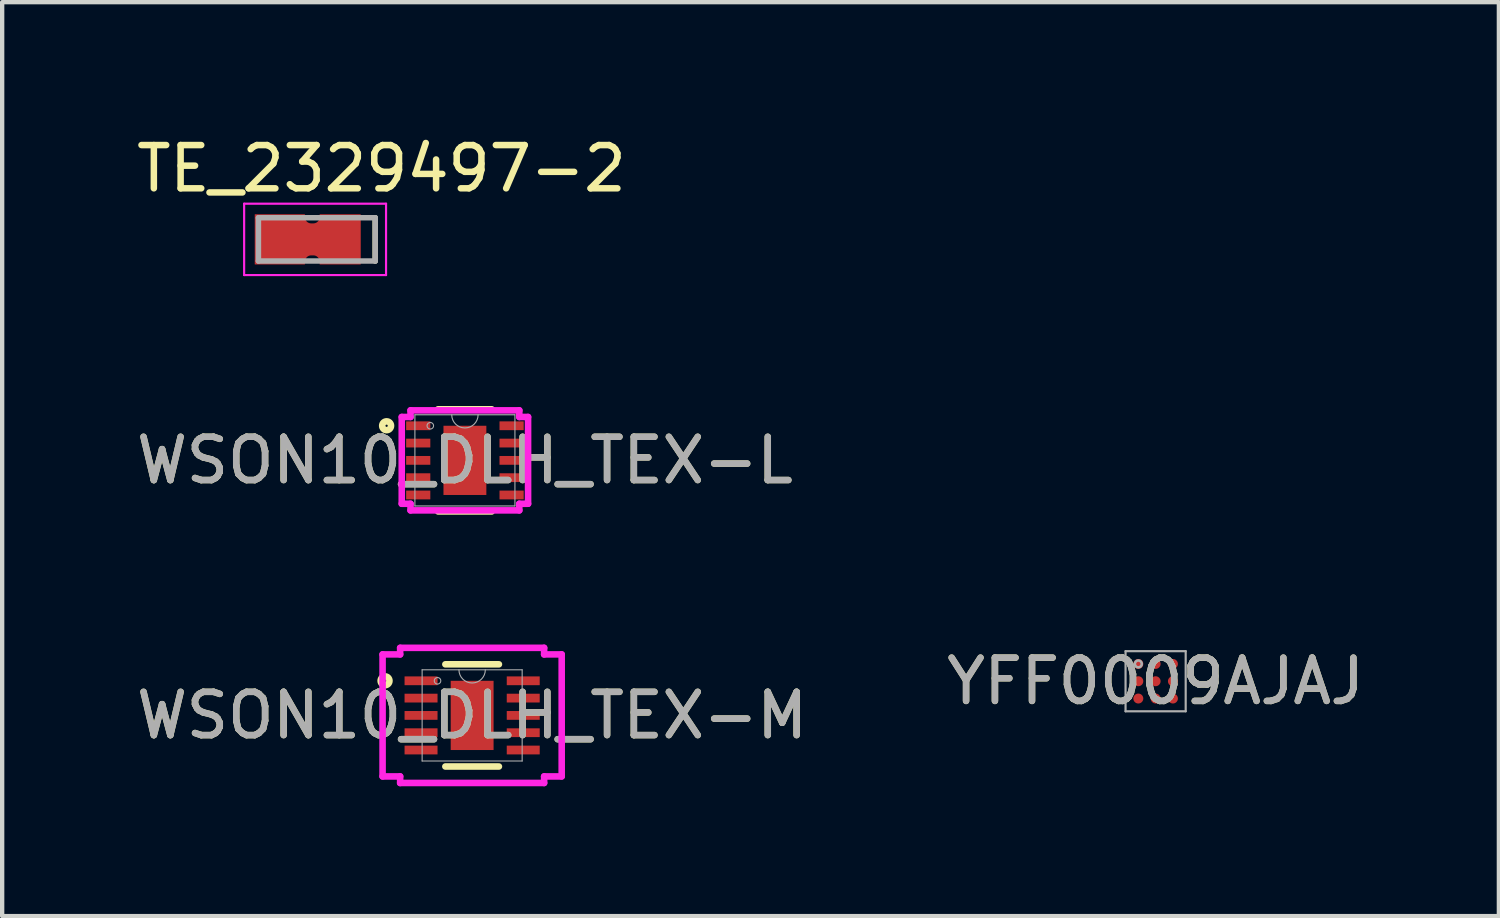
<source format=kicad_pcb>
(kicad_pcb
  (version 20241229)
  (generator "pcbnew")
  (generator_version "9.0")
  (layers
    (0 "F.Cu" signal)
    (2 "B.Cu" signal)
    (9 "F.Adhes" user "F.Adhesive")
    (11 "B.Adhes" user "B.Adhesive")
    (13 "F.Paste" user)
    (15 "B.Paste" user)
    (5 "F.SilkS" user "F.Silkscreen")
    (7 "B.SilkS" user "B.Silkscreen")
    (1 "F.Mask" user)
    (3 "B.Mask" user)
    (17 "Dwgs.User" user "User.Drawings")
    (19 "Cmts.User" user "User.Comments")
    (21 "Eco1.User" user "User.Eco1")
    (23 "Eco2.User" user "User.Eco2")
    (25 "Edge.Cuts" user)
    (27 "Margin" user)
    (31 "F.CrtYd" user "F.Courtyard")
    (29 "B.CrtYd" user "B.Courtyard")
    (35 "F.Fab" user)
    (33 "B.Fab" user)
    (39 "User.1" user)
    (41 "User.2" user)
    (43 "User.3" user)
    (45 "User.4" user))
  (footprint "YFF0009AJAJ"
    (layer "F.Cu")
    (at 23.661 12.696)
    (property "Reference" "YFF0009AJAJ" (at 0 0 0) (unlocked yes) (layer "F.SilkS") (effects (font (size 1 1) (thickness 0.15))))
    (attr smd)
    (fp_poly (pts (xy -0.525 -0.325) (xy -0.525 -0.475) (xy -0.475 -0.525) (xy -0.325 -0.525) (xy -0.275 -0.475) (xy -0.275 -0.325) (xy -0.325 -0.275) (xy -0.475 -0.275)) (stroke (width 0) (type solid)) (fill yes) (layer "F.Paste"))
    (fp_poly (pts (xy -0.525 0.075) (xy -0.525 -0.075) (xy -0.475 -0.125) (xy -0.325 -0.125) (xy -0.275 -0.075) (xy -0.275 0.075) (xy -0.325 0.125) (xy -0.475 0.125)) (stroke (width 0) (type solid)) (fill yes) (layer "F.Paste"))
    (fp_poly (pts (xy -0.525 0.475) (xy -0.525 0.325) (xy -0.475 0.275) (xy -0.325 0.275) (xy -0.275 0.325) (xy -0.275 0.475) (xy -0.325 0.525) (xy -0.475 0.525)) (stroke (width 0) (type solid)) (fill yes) (layer "F.Paste"))
    (fp_poly (pts (xy -0.125 -0.325) (xy -0.125 -0.475) (xy -0.075 -0.525) (xy 0.075 -0.525) (xy 0.125 -0.475) (xy 0.125 -0.325) (xy 0.075 -0.275) (xy -0.075 -0.275)) (stroke (width 0) (type solid)) (fill yes) (layer "F.Paste"))
    (fp_poly (pts (xy -0.125 0.075) (xy -0.125 -0.075) (xy -0.075 -0.125) (xy 0.075 -0.125) (xy 0.125 -0.075) (xy 0.125 0.075) (xy 0.075 0.125) (xy -0.075 0.125)) (stroke (width 0) (type solid)) (fill yes) (layer "F.Paste"))
    (fp_poly (pts (xy -0.125 0.475) (xy -0.125 0.325) (xy -0.075 0.275) (xy 0.075 0.275) (xy 0.125 0.325) (xy 0.125 0.475) (xy 0.075 0.525) (xy -0.075 0.525)) (stroke (width 0) (type solid)) (fill yes) (layer "F.Paste"))
    (fp_poly (pts (xy 0.275 -0.325) (xy 0.275 -0.475) (xy 0.325 -0.525) (xy 0.475 -0.525) (xy 0.525 -0.475) (xy 0.525 -0.325) (xy 0.475 -0.275) (xy 0.325 -0.275)) (stroke (width 0) (type solid)) (fill yes) (layer "F.Paste"))
    (fp_poly (pts (xy 0.275 0.075) (xy 0.275 -0.075) (xy 0.325 -0.125) (xy 0.475 -0.125) (xy 0.525 -0.075) (xy 0.525 0.075) (xy 0.475 0.125) (xy 0.325 0.125)) (stroke (width 0) (type solid)) (fill yes) (layer "F.Paste"))
    (fp_poly (pts (xy 0.275 0.475) (xy 0.275 0.325) (xy 0.325 0.275) (xy 0.475 0.275) (xy 0.525 0.325) (xy 0.525 0.475) (xy 0.475 0.525) (xy 0.325 0.525)) (stroke (width 0) (type solid)) (fill yes) (layer "F.Paste"))
    (fp_line (start -0.695 -0.695) (end 0.695 -0.695) (stroke (width 0.05) (type solid)) (layer "F.Fab"))
    (fp_line (start -0.695 0.695) (end -0.695 -0.695) (stroke (width 0.05) (type solid)) (layer "F.Fab"))
    (fp_line (start -0.695 0.695) (end 0.695 0.695) (stroke (width 0.05) (type solid)) (layer "F.Fab"))
    (fp_line (start 0.695 0.695) (end 0.695 -0.695) (stroke (width 0.05) (type solid)) (layer "F.Fab"))
    (fp_circle (center -0.4 -0.4) (end -0.32 -0.4) (stroke (width 0.06) (type solid)) (fill no) (layer "F.Fab"))
    (fp_text user "${REFERENCE}" (at 0 0 0) (unlocked yes) (layer "F.Fab") (effects (font (size 1 1) (thickness 0.15))))
    (pad "1" smd circle (at -0.4 -0.4 90) (size 0.23 0.23) (layers "F.Cu" "F.Mask"))
    (pad "2" smd circle (at 0 -0.4 90) (size 0.23 0.23) (layers "F.Cu" "F.Mask"))
    (pad "3" smd circle (at 0.4 -0.4 90) (size 0.23 0.23) (layers "F.Cu" "F.Mask"))
    (pad "4" smd circle (at -0.4 0 90) (size 0.23 0.23) (layers "F.Cu" "F.Mask"))
    (pad "5" smd circle (at 0 0 90) (size 0.23 0.23) (layers "F.Cu" "F.Mask"))
    (pad "6" smd circle (at 0.4 0 90) (size 0.23 0.23) (layers "F.Cu" "F.Mask"))
    (pad "7" smd circle (at -0.4 0.4 90) (size 0.23 0.23) (layers "F.Cu" "F.Mask"))
    (pad "8" smd circle (at 0 0.4 90) (size 0.23 0.23) (layers "F.Cu" "F.Mask"))
    (pad "9" smd circle (at 0.4 0.4 90) (size 0.23 0.23) (layers "F.Cu" "F.Mask")))
  (footprint "WSON10_DLH_TEX-M"
    (layer "F.Cu")
    (at 7.863 13.486)
    (property "Reference" "WSON10_DLH_TEX-M" (at 0 0 0) (unlocked yes) (layer "F.SilkS") (effects (font (size 1 1) (thickness 0.15))))
    (attr smd)
    (fp_line (start -0.619 1.181) (end 0.619 1.181) (stroke (width 0.152) (type solid)) (layer "F.SilkS"))
    (fp_line (start 0.619 -1.181) (end -0.619 -1.181) (stroke (width 0.152) (type solid)) (layer "F.SilkS"))
    (fp_circle (center -2.013 -0.8) (end -1.911 -0.8) (stroke (width 0.152) (type solid)) (fill no) (layer "F.SilkS"))
    (fp_line (start -2.07 -1.41) (end -1.664 -1.41) (stroke (width 0.152) (type solid)) (layer "F.CrtYd"))
    (fp_line (start -2.07 1.41) (end -2.07 -1.41) (stroke (width 0.152) (type solid)) (layer "F.CrtYd"))
    (fp_line (start -2.07 1.41) (end -1.664 1.41) (stroke (width 0.152) (type solid)) (layer "F.CrtYd"))
    (fp_line (start -1.664 -1.562) (end 1.664 -1.562) (stroke (width 0.152) (type solid)) (layer "F.CrtYd"))
    (fp_line (start -1.664 -1.41) (end -1.664 -1.562) (stroke (width 0.152) (type solid)) (layer "F.CrtYd"))
    (fp_line (start -1.664 1.562) (end -1.664 1.41) (stroke (width 0.152) (type solid)) (layer "F.CrtYd"))
    (fp_line (start 1.664 -1.562) (end 1.664 -1.41) (stroke (width 0.152) (type solid)) (layer "F.CrtYd"))
    (fp_line (start 1.664 1.41) (end 1.664 1.562) (stroke (width 0.152) (type solid)) (layer "F.CrtYd"))
    (fp_line (start 1.664 1.562) (end -1.664 1.562) (stroke (width 0.152) (type solid)) (layer "F.CrtYd"))
    (fp_line (start 2.07 -1.41) (end 1.664 -1.41) (stroke (width 0.152) (type solid)) (layer "F.CrtYd"))
    (fp_line (start 2.07 -1.41) (end 2.07 1.41) (stroke (width 0.152) (type solid)) (layer "F.CrtYd"))
    (fp_line (start 2.07 1.41) (end 1.664 1.41) (stroke (width 0.152) (type solid)) (layer "F.CrtYd"))
    (fp_line (start -1.156 -1.054) (end -1.156 1.054) (stroke (width 0.025) (type solid)) (layer "F.Fab"))
    (fp_line (start -1.156 1.054) (end 1.156 1.054) (stroke (width 0.025) (type solid)) (layer "F.Fab"))
    (fp_line (start 1.156 -1.054) (end -1.156 -1.054) (stroke (width 0.025) (type solid)) (layer "F.Fab"))
    (fp_line (start 1.156 1.054) (end 1.156 -1.054) (stroke (width 0.025) (type solid)) (layer "F.Fab"))
    (fp_arc (start 0.3048 -1.0541) (mid 0 -0.7493) (end -0.3048 -1.0541) (stroke (width 0.0254) (type solid)) (layer "F.Fab"))
    (fp_circle (center -0.8 -0.8) (end -0.724 -0.8) (stroke (width 0.025) (type solid)) (fill no) (layer "F.Fab"))
    (fp_text user "${REFERENCE}" (at 0 0 0) (unlocked yes) (layer "F.Fab") (effects (font (size 1 1) (thickness 0.15))))
    (pad "1" smd rect (at -1.181 -0.8) (size 0.762 0.203) (layers "F.Cu" "F.Mask" "F.Paste"))
    (pad "2" smd rect (at -1.181 -0.4) (size 0.762 0.203) (layers "F.Cu" "F.Mask" "F.Paste"))
    (pad "3" smd rect (at -1.181 0) (size 0.762 0.203) (layers "F.Cu" "F.Mask" "F.Paste"))
    (pad "4" smd rect (at -1.181 0.4) (size 0.762 0.203) (layers "F.Cu" "F.Mask" "F.Paste"))
    (pad "5" smd rect (at -1.181 0.8) (size 0.762 0.203) (layers "F.Cu" "F.Mask" "F.Paste"))
    (pad "6" smd rect (at 1.181 0.8) (size 0.762 0.203) (layers "F.Cu" "F.Mask" "F.Paste"))
    (pad "7" smd rect (at 1.181 0.4) (size 0.762 0.203) (layers "F.Cu" "F.Mask" "F.Paste"))
    (pad "8" smd rect (at 1.181 0) (size 0.762 0.203) (layers "F.Cu" "F.Mask" "F.Paste"))
    (pad "9" smd rect (at 1.181 -0.4) (size 0.762 0.203) (layers "F.Cu" "F.Mask" "F.Paste"))
    (pad "10" smd rect (at 1.181 -0.8) (size 0.762 0.203) (layers "F.Cu" "F.Mask" "F.Paste"))
    (pad "11" smd rect (at 0 0) (size 0.991 1.6) (layers "F.Cu" "F.Mask" "F.Paste")))
  (footprint "WSON10_DLH_TEX-L"
    (layer "F.Cu")
    (at 7.696 7.591)
    (property "Reference" "WSON10_DLH_TEX-L" (at 0 0 0) (unlocked yes) (layer "F.SilkS") (effects (font (size 1 1) (thickness 0.15))))
    (attr smd)
    (fp_line (start -0.619 1.181) (end 0.619 1.181) (stroke (width 0.152) (type solid)) (layer "F.SilkS"))
    (fp_line (start 0.619 -1.181) (end -0.619 -1.181) (stroke (width 0.152) (type solid)) (layer "F.SilkS"))
    (fp_circle (center -1.81 -0.8) (end -1.708 -0.8) (stroke (width 0.152) (type solid)) (fill no) (layer "F.SilkS"))
    (fp_line (start -1.46 -1.003) (end -1.257 -1.003) (stroke (width 0.152) (type solid)) (layer "F.CrtYd"))
    (fp_line (start -1.46 1.003) (end -1.46 -1.003) (stroke (width 0.152) (type solid)) (layer "F.CrtYd"))
    (fp_line (start -1.46 1.003) (end -1.257 1.003) (stroke (width 0.152) (type solid)) (layer "F.CrtYd"))
    (fp_line (start -1.257 -1.156) (end 1.257 -1.156) (stroke (width 0.152) (type solid)) (layer "F.CrtYd"))
    (fp_line (start -1.257 -1.003) (end -1.257 -1.156) (stroke (width 0.152) (type solid)) (layer "F.CrtYd"))
    (fp_line (start -1.257 1.156) (end -1.257 1.003) (stroke (width 0.152) (type solid)) (layer "F.CrtYd"))
    (fp_line (start 1.257 -1.156) (end 1.257 -1.003) (stroke (width 0.152) (type solid)) (layer "F.CrtYd"))
    (fp_line (start 1.257 1.003) (end 1.257 1.156) (stroke (width 0.152) (type solid)) (layer "F.CrtYd"))
    (fp_line (start 1.257 1.156) (end -1.257 1.156) (stroke (width 0.152) (type solid)) (layer "F.CrtYd"))
    (fp_line (start 1.46 -1.003) (end 1.257 -1.003) (stroke (width 0.152) (type solid)) (layer "F.CrtYd"))
    (fp_line (start 1.46 -1.003) (end 1.46 1.003) (stroke (width 0.152) (type solid)) (layer "F.CrtYd"))
    (fp_line (start 1.46 1.003) (end 1.257 1.003) (stroke (width 0.152) (type solid)) (layer "F.CrtYd"))
    (fp_line (start -1.156 -1.054) (end -1.156 1.054) (stroke (width 0.025) (type solid)) (layer "F.Fab"))
    (fp_line (start -1.156 1.054) (end 1.156 1.054) (stroke (width 0.025) (type solid)) (layer "F.Fab"))
    (fp_line (start 1.156 -1.054) (end -1.156 -1.054) (stroke (width 0.025) (type solid)) (layer "F.Fab"))
    (fp_line (start 1.156 1.054) (end 1.156 -1.054) (stroke (width 0.025) (type solid)) (layer "F.Fab"))
    (fp_arc (start 0.3048 -1.0541) (mid 0 -0.7493) (end -0.3048 -1.0541) (stroke (width 0.0254) (type solid)) (layer "F.Fab"))
    (fp_circle (center -0.8 -0.8) (end -0.724 -0.8) (stroke (width 0.025) (type solid)) (fill no) (layer "F.Fab"))
    (fp_text user "${REFERENCE}" (at 0 0 0) (unlocked yes) (layer "F.Fab") (effects (font (size 1 1) (thickness 0.15))))
    (pad "1" smd rect (at -1.079 -0.8) (size 0.559 0.203) (layers "F.Cu" "F.Mask" "F.Paste"))
    (pad "2" smd rect (at -1.079 -0.4) (size 0.559 0.203) (layers "F.Cu" "F.Mask" "F.Paste"))
    (pad "3" smd rect (at -1.079 0) (size 0.559 0.203) (layers "F.Cu" "F.Mask" "F.Paste"))
    (pad "4" smd rect (at -1.079 0.4) (size 0.559 0.203) (layers "F.Cu" "F.Mask" "F.Paste"))
    (pad "5" smd rect (at -1.079 0.8) (size 0.559 0.203) (layers "F.Cu" "F.Mask" "F.Paste"))
    (pad "6" smd rect (at 1.079 0.8) (size 0.559 0.203) (layers "F.Cu" "F.Mask" "F.Paste"))
    (pad "7" smd rect (at 1.079 0.4) (size 0.559 0.203) (layers "F.Cu" "F.Mask" "F.Paste"))
    (pad "8" smd rect (at 1.079 0) (size 0.559 0.203) (layers "F.Cu" "F.Mask" "F.Paste"))
    (pad "9" smd rect (at 1.079 -0.4) (size 0.559 0.203) (layers "F.Cu" "F.Mask" "F.Paste"))
    (pad "10" smd rect (at 1.079 -0.8) (size 0.559 0.203) (layers "F.Cu" "F.Mask" "F.Paste"))
    (pad "11" smd rect (at 0 0) (size 0.991 1.6) (layers "F.Cu" "F.Mask" "F.Paste")))
  (footprint "TE_2329497-2"
    (layer "F.Cu")
    (at 4.273 2.483)
    (property "Reference" "TE_2329497-2" (at 1.495 -1.635 0) (layer "F.SilkS") (effects (font (size 1 1) (thickness 0.15))))
    (attr smd)
    (fp_poly (pts (xy -1.53 -0.675) (xy -1.53 0.675) (xy -0.18 0.675) (xy -0.18 0.515) (xy -0.18 0.512) (xy -0.18 0.51) (xy -0.179 0.507) (xy -0.179 0.505) (xy -0.178 0.502) (xy -0.178 0.5) (xy -0.177 0.497) (xy -0.176 0.495) (xy -0.175 0.492) (xy -0.173 0.49) (xy -0.172 0.488) (xy -0.17 0.486) (xy -0.169 0.484) (xy -0.167 0.482) (xy -0.165 0.48) (xy -0.163 0.478) (xy -0.161 0.476) (xy -0.159 0.475) (xy -0.157 0.473) (xy -0.155 0.472) (xy -0.153 0.47) (xy -0.15 0.469) (xy -0.148 0.468) (xy -0.145 0.467) (xy -0.143 0.467) (xy -0.14 0.466) (xy -0.138 0.466) (xy -0.135 0.465) (xy -0.133 0.465) (xy -0.13 0.465) (xy -0.08 0.465) (xy -0.077 0.465) (xy -0.075 0.465) (xy -0.072 0.466) (xy -0.07 0.466) (xy -0.067 0.467) (xy -0.065 0.467) (xy -0.062 0.468) (xy -0.06 0.469) (xy -0.057 0.47) (xy -0.055 0.472) (xy -0.053 0.473) (xy -0.051 0.475) (xy -0.049 0.476) (xy -0.047 0.478) (xy -0.045 0.48) (xy -0.043 0.482) (xy -0.041 0.484) (xy -0.04 0.486) (xy -0.038 0.488) (xy -0.037 0.49) (xy -0.035 0.492) (xy -0.034 0.495) (xy -0.033 0.497) (xy -0.032 0.5) (xy -0.032 0.502) (xy -0.031 0.505) (xy -0.031 0.507) (xy -0.03 0.51) (xy -0.03 0.512) (xy -0.03 0.515) (xy -0.03 0.675) (xy 1.11 0.675) (xy 1.11 -0.675) (xy -0.03 -0.675) (xy -0.03 -0.515) (xy -0.03 -0.512) (xy -0.03 -0.51) (xy -0.031 -0.507) (xy -0.031 -0.505) (xy -0.032 -0.502) (xy -0.032 -0.5) (xy -0.033 -0.497) (xy -0.034 -0.495) (xy -0.035 -0.492) (xy -0.037 -0.49) (xy -0.038 -0.488) (xy -0.04 -0.486) (xy -0.041 -0.484) (xy -0.043 -0.482) (xy -0.045 -0.48) (xy -0.047 -0.478) (xy -0.049 -0.476) (xy -0.051 -0.475) (xy -0.053 -0.473) (xy -0.055 -0.472) (xy -0.057 -0.47) (xy -0.06 -0.469) (xy -0.062 -0.468) (xy -0.065 -0.467) (xy -0.067 -0.467) (xy -0.07 -0.466) (xy -0.072 -0.466) (xy -0.075 -0.465) (xy -0.077 -0.465) (xy -0.08 -0.465) (xy -0.13 -0.465) (xy -0.133 -0.465) (xy -0.135 -0.465) (xy -0.138 -0.466) (xy -0.14 -0.466) (xy -0.143 -0.467) (xy -0.145 -0.467) (xy -0.148 -0.468) (xy -0.15 -0.469) (xy -0.153 -0.47) (xy -0.155 -0.472) (xy -0.157 -0.473) (xy -0.159 -0.475) (xy -0.161 -0.476) (xy -0.163 -0.478) (xy -0.165 -0.48) (xy -0.167 -0.482) (xy -0.169 -0.484) (xy -0.17 -0.486) (xy -0.172 -0.488) (xy -0.173 -0.49) (xy -0.175 -0.492) (xy -0.176 -0.495) (xy -0.177 -0.497) (xy -0.178 -0.5) (xy -0.178 -0.502) (xy -0.179 -0.505) (xy -0.179 -0.507) (xy -0.18 -0.51) (xy -0.18 -0.512) (xy -0.18 -0.515) (xy -0.18 -0.675) (xy -1.53 -0.675)) (stroke (width 0.01) (type solid)) (fill yes) (layer "F.Mask"))
    (fp_line (start 1.35 -0.5) (end 1.35 0.5) (stroke (width 0.127) (type solid)) (layer "F.SilkS"))
    (fp_poly (pts (xy -1.43 -0.575) (xy -1.43 0.575) (xy -0.28 0.575) (xy -0.28 0.515) (xy -0.28 0.507) (xy -0.279 0.499) (xy -0.278 0.492) (xy -0.277 0.484) (xy -0.275 0.476) (xy -0.273 0.469) (xy -0.27 0.461) (xy -0.267 0.454) (xy -0.264 0.447) (xy -0.26 0.44) (xy -0.256 0.433) (xy -0.251 0.427) (xy -0.247 0.421) (xy -0.241 0.415) (xy -0.236 0.409) (xy -0.23 0.404) (xy -0.224 0.398) (xy -0.218 0.394) (xy -0.212 0.389) (xy -0.205 0.385) (xy -0.198 0.381) (xy -0.191 0.378) (xy -0.184 0.375) (xy -0.176 0.372) (xy -0.169 0.37) (xy -0.161 0.368) (xy -0.153 0.367) (xy -0.146 0.366) (xy -0.138 0.365) (xy -0.13 0.365) (xy -0.08 0.365) (xy -0.072 0.365) (xy -0.064 0.366) (xy -0.057 0.367) (xy -0.049 0.368) (xy -0.041 0.37) (xy -0.034 0.372) (xy -0.026 0.375) (xy -0.019 0.378) (xy -0.012 0.381) (xy -0.005 0.385) (xy 0.002 0.389) (xy 0.008 0.394) (xy 0.014 0.398) (xy 0.02 0.404) (xy 0.026 0.409) (xy 0.031 0.415) (xy 0.037 0.421) (xy 0.041 0.427) (xy 0.046 0.433) (xy 0.05 0.44) (xy 0.054 0.447) (xy 0.057 0.454) (xy 0.06 0.461) (xy 0.063 0.469) (xy 0.065 0.476) (xy 0.067 0.484) (xy 0.068 0.492) (xy 0.069 0.499) (xy 0.07 0.507) (xy 0.07 0.515) (xy 0.07 0.575) (xy 1.01 0.575) (xy 1.01 -0.575) (xy 0.07 -0.575) (xy 0.07 -0.515) (xy 0.07 -0.507) (xy 0.069 -0.499) (xy 0.068 -0.492) (xy 0.067 -0.484) (xy 0.065 -0.476) (xy 0.063 -0.469) (xy 0.06 -0.461) (xy 0.057 -0.454) (xy 0.054 -0.447) (xy 0.05 -0.44) (xy 0.046 -0.433) (xy 0.041 -0.427) (xy 0.037 -0.421) (xy 0.031 -0.415) (xy 0.026 -0.409) (xy 0.02 -0.404) (xy 0.014 -0.398) (xy 0.008 -0.394) (xy 0.002 -0.389) (xy -0.005 -0.385) (xy -0.012 -0.381) (xy -0.019 -0.378) (xy -0.026 -0.375) (xy -0.034 -0.372) (xy -0.041 -0.37) (xy -0.049 -0.368) (xy -0.057 -0.367) (xy -0.064 -0.366) (xy -0.072 -0.365) (xy -0.08 -0.365) (xy -0.13 -0.365) (xy -0.138 -0.365) (xy -0.146 -0.366) (xy -0.153 -0.367) (xy -0.161 -0.368) (xy -0.169 -0.37) (xy -0.176 -0.372) (xy -0.184 -0.375) (xy -0.191 -0.378) (xy -0.198 -0.381) (xy -0.205 -0.385) (xy -0.212 -0.389) (xy -0.218 -0.394) (xy -0.224 -0.398) (xy -0.23 -0.404) (xy -0.236 -0.409) (xy -0.241 -0.415) (xy -0.247 -0.421) (xy -0.251 -0.427) (xy -0.256 -0.433) (xy -0.26 -0.44) (xy -0.264 -0.447) (xy -0.267 -0.454) (xy -0.27 -0.461) (xy -0.273 -0.469) (xy -0.275 -0.476) (xy -0.277 -0.484) (xy -0.278 -0.492) (xy -0.279 -0.499) (xy -0.28 -0.507) (xy -0.28 -0.515) (xy -0.28 -0.575) (xy -1.43 -0.575)) (stroke (width 0.01) (type solid)) (fill yes) (layer "F.Paste"))
    (fp_line (start -1.68 -0.825) (end -1.68 0.825) (stroke (width 0.05) (type solid)) (layer "F.CrtYd"))
    (fp_line (start -1.68 0.825) (end 1.6 0.825) (stroke (width 0.05) (type solid)) (layer "F.CrtYd"))
    (fp_line (start 1.6 -0.825) (end -1.68 -0.825) (stroke (width 0.05) (type solid)) (layer "F.CrtYd"))
    (fp_line (start 1.6 0.825) (end 1.6 -0.825) (stroke (width 0.05) (type solid)) (layer "F.CrtYd"))
    (fp_line (start -1.35 -0.5) (end -1.35 0.5) (stroke (width 0.127) (type solid)) (layer "F.Fab"))
    (fp_line (start -1.35 -0.5) (end 1.35 -0.5) (stroke (width 0.127) (type solid)) (layer "F.Fab"))
    (fp_line (start -1.35 0.5) (end 1.35 0.5) (stroke (width 0.127) (type solid)) (layer "F.Fab"))
    (fp_line (start 1.35 -0.5) (end 1.35 0.5) (stroke (width 0.127) (type solid)) (layer "F.Fab"))
    (pad "1" smd custom (at -0.21 0) (size 0.5 0.5) (layers "F.Cu") (options (anchor rect)) (primitives (gr_poly (pts (xy -1.22 -0.575) (xy -1.22 0.575) (xy -0.07 0.575) (xy -0.07 0.515) (xy -0.07 0.507) (xy -0.069 0.499) (xy -0.068 0.492) (xy -0.067 0.484) (xy -0.065 0.476) (xy -0.063 0.469) (xy -0.06 0.461) (xy -0.057 0.454) (xy -0.054 0.447) (xy -0.05 0.44) (xy -0.046 0.433) (xy -0.041 0.427) (xy -0.037 0.421) (xy -0.031 0.415) (xy -0.026 0.409) (xy -0.02 0.404) (xy -0.014 0.398) (xy -0.008 0.394) (xy -0.002 0.389) (xy 0.005 0.385) (xy 0.012 0.381) (xy 0.019 0.378) (xy 0.026 0.375) (xy 0.034 0.372) (xy 0.041 0.37) (xy 0.049 0.368) (xy 0.057 0.367) (xy 0.064 0.366) (xy 0.072 0.365) (xy 0.08 0.365) (xy 0.13 0.365) (xy 0.138 0.365) (xy 0.146 0.366) (xy 0.153 0.367) (xy 0.161 0.368) (xy 0.169 0.37) (xy 0.176 0.372) (xy 0.184 0.375) (xy 0.191 0.378) (xy 0.198 0.381) (xy 0.205 0.385) (xy 0.212 0.389) (xy 0.218 0.394) (xy 0.224 0.398) (xy 0.23 0.404) (xy 0.236 0.409) (xy 0.241 0.415) (xy 0.247 0.421) (xy 0.251 0.427) (xy 0.256 0.433) (xy 0.26 0.44) (xy 0.264 0.447) (xy 0.267 0.454) (xy 0.27 0.461) (xy 0.273 0.469) (xy 0.275 0.476) (xy 0.277 0.484) (xy 0.278 0.492) (xy 0.279 0.499) (xy 0.28 0.507) (xy 0.28 0.515) (xy 0.28 0.575) (xy 1.22 0.575) (xy 1.22 -0.575) (xy 0.28 -0.575) (xy 0.28 -0.515) (xy 0.28 -0.507) (xy 0.279 -0.499) (xy 0.278 -0.492) (xy 0.277 -0.484) (xy 0.275 -0.476) (xy 0.273 -0.469) (xy 0.27 -0.461) (xy 0.267 -0.454) (xy 0.264 -0.447) (xy 0.26 -0.44) (xy 0.256 -0.433) (xy 0.251 -0.427) (xy 0.247 -0.421) (xy 0.241 -0.415) (xy 0.236 -0.409) (xy 0.23 -0.404) (xy 0.224 -0.398) (xy 0.218 -0.394) (xy 0.212 -0.389) (xy 0.205 -0.385) (xy 0.198 -0.381) (xy 0.191 -0.378) (xy 0.184 -0.375) (xy 0.176 -0.372) (xy 0.169 -0.37) (xy 0.161 -0.368) (xy 0.153 -0.367) (xy 0.146 -0.366) (xy 0.138 -0.365) (xy 0.13 -0.365) (xy 0.08 -0.365) (xy 0.072 -0.365) (xy 0.064 -0.366) (xy 0.057 -0.367) (xy 0.049 -0.368) (xy 0.041 -0.37) (xy 0.034 -0.372) (xy 0.026 -0.375) (xy 0.019 -0.378) (xy 0.012 -0.381) (xy 0.005 -0.385) (xy -0.002 -0.389) (xy -0.008 -0.394) (xy -0.014 -0.398) (xy -0.02 -0.404) (xy -0.026 -0.409) (xy -0.031 -0.415) (xy -0.037 -0.421) (xy -0.041 -0.427) (xy -0.046 -0.433) (xy -0.05 -0.44) (xy -0.054 -0.447) (xy -0.057 -0.454) (xy -0.06 -0.461) (xy -0.063 -0.469) (xy -0.065 -0.476) (xy -0.067 -0.484) (xy -0.068 -0.492) (xy -0.069 -0.499) (xy -0.07 -0.507) (xy -0.07 -0.515) (xy -0.07 -0.575) (xy -1.22 -0.575)) (width 0.01) (fill yes)))))
  (gr_rect
    (start -3 -3)
    (end 31.595 18.124)
    (stroke (width 0.1) (type default))
    (fill no)
    (layer "Edge.Cuts")))
</source>
